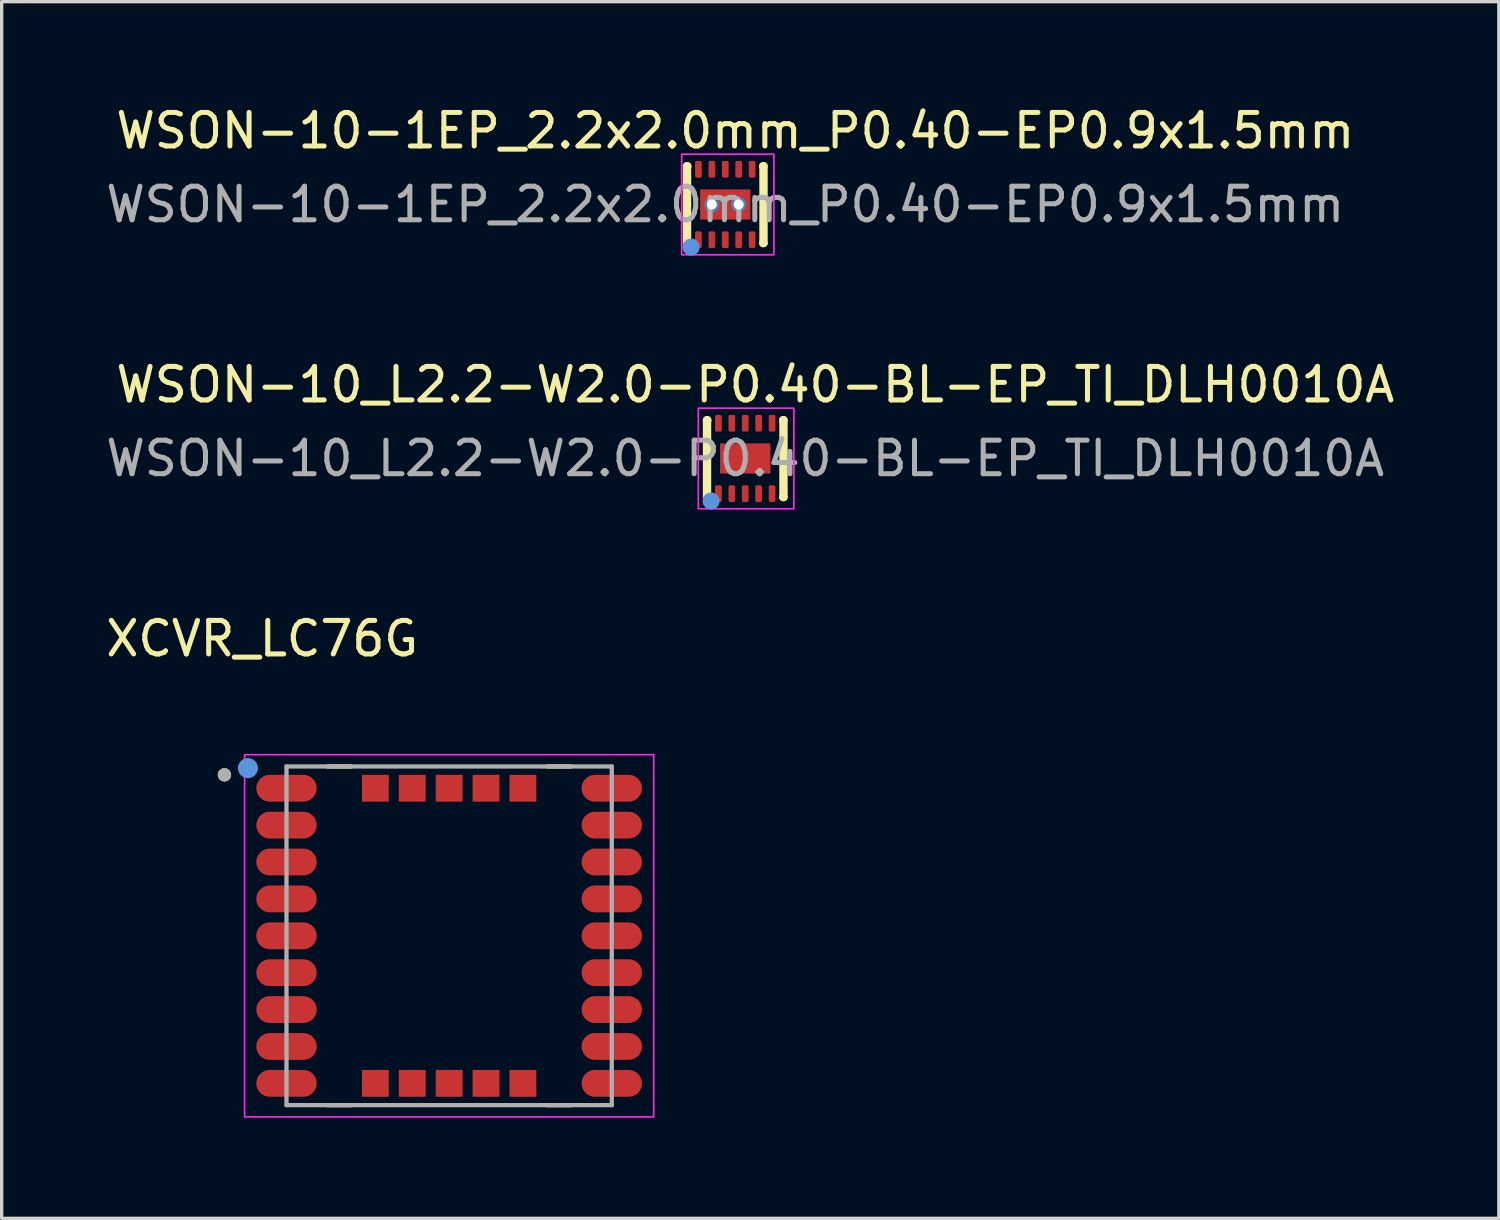
<source format=kicad_pcb>
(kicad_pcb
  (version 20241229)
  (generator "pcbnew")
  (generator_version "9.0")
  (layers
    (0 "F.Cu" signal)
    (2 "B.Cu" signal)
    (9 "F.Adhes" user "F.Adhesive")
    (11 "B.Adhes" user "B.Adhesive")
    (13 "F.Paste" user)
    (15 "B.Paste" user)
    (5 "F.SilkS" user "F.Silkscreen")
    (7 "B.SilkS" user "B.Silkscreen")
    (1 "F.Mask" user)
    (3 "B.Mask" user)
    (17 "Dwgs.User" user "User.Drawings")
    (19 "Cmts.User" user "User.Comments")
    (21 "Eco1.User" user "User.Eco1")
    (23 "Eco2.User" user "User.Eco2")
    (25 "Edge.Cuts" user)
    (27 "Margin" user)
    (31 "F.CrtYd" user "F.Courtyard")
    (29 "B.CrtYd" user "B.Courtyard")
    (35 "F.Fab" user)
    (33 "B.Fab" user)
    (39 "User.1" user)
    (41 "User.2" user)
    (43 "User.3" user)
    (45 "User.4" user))
  (footprint "XCVR_LC76G"
    (layer "F.Cu")
    (at 10.343 24.855)
    (property "Reference" "XCVR_LC76G" (at -5.575 -8.86 0) (layer "F.SilkS") (effects (font (size 1 1) (thickness 0.15))))
    (attr smd)
    (fp_line (start -2.92 -5.05) (end -3.63 -5.05) (stroke (width 0.127) (type solid)) (layer "F.SilkS"))
    (fp_line (start -2.92 5.05) (end -3.63 5.05) (stroke (width 0.127) (type solid)) (layer "F.SilkS"))
    (fp_line (start 2.92 -5.05) (end 3.63 -5.05) (stroke (width 0.127) (type solid)) (layer "F.SilkS"))
    (fp_line (start 3.63 5.05) (end 2.92 5.05) (stroke (width 0.127) (type solid)) (layer "F.SilkS"))
    (fp_circle (center -6.7 -4.8) (end -6.6 -4.8) (stroke (width 0.2) (type solid)) (fill no) (layer "F.SilkS"))
    (fp_circle (center -6 -5) (end -5.85 -5) (stroke (width 0.3) (type solid)) (fill no) (layer "Cmts.User"))
    (fp_rect (start -6.1 -5.4) (end 6.1 5.4) (stroke (width 0.05) (type default)) (fill no) (layer "F.CrtYd"))
    (fp_line (start -4.85 -5.05) (end 4.85 -5.05) (stroke (width 0.127) (type solid)) (layer "F.Fab"))
    (fp_line (start -4.85 5.05) (end -4.85 -5.05) (stroke (width 0.127) (type solid)) (layer "F.Fab"))
    (fp_line (start 4.85 -5.05) (end 4.85 5.05) (stroke (width 0.127) (type solid)) (layer "F.Fab"))
    (fp_line (start 4.85 5.05) (end -4.85 5.05) (stroke (width 0.127) (type solid)) (layer "F.Fab"))
    (fp_circle (center -6.7 -4.8) (end -6.6 -4.8) (stroke (width 0.2) (type solid)) (fill no) (layer "F.Fab"))
    (pad "1" smd oval (at -4.85 -4.4) (size 1.8 0.8) (layers "F.Cu" "F.Mask" "F.Paste"))
    (pad "2" smd oval (at -4.85 -3.3) (size 1.8 0.8) (layers "F.Cu" "F.Mask" "F.Paste"))
    (pad "3" smd oval (at -4.85 -2.2) (size 1.8 0.8) (layers "F.Cu" "F.Mask" "F.Paste"))
    (pad "4" smd oval (at -4.85 -1.1) (size 1.8 0.8) (layers "F.Cu" "F.Mask" "F.Paste"))
    (pad "5" smd oval (at -4.85 0) (size 1.8 0.8) (layers "F.Cu" "F.Mask" "F.Paste"))
    (pad "6" smd oval (at -4.85 1.1) (size 1.8 0.8) (layers "F.Cu" "F.Mask" "F.Paste"))
    (pad "7" smd oval (at -4.85 2.2) (size 1.8 0.8) (layers "F.Cu" "F.Mask" "F.Paste"))
    (pad "8" smd oval (at -4.85 3.3) (size 1.8 0.8) (layers "F.Cu" "F.Mask" "F.Paste"))
    (pad "9" smd oval (at -4.85 4.4) (size 1.8 0.8) (layers "F.Cu" "F.Mask" "F.Paste"))
    (pad "10" smd oval (at 4.85 4.4) (size 1.8 0.8) (layers "F.Cu" "F.Mask" "F.Paste"))
    (pad "11" smd oval (at 4.85 3.3) (size 1.8 0.8) (layers "F.Cu" "F.Mask" "F.Paste"))
    (pad "12" smd oval (at 4.85 2.2) (size 1.8 0.8) (layers "F.Cu" "F.Mask" "F.Paste"))
    (pad "13" smd oval (at 4.85 1.1) (size 1.8 0.8) (layers "F.Cu" "F.Mask" "F.Paste"))
    (pad "14" smd oval (at 4.85 0) (size 1.8 0.8) (layers "F.Cu" "F.Mask" "F.Paste"))
    (pad "15" smd oval (at 4.85 -1.1) (size 1.8 0.8) (layers "F.Cu" "F.Mask" "F.Paste"))
    (pad "16" smd oval (at 4.85 -2.2) (size 1.8 0.8) (layers "F.Cu" "F.Mask" "F.Paste"))
    (pad "17" smd oval (at 4.85 -3.3) (size 1.8 0.8) (layers "F.Cu" "F.Mask" "F.Paste"))
    (pad "18" smd oval (at 4.85 -4.4) (size 1.8 0.8) (layers "F.Cu" "F.Mask" "F.Paste"))
    (pad "19" smd rect (at 2.2 -4.4) (size 0.8 0.8) (layers "F.Cu" "F.Mask" "F.Paste"))
    (pad "20" smd rect (at 1.1 -4.4) (size 0.8 0.8) (layers "F.Cu" "F.Mask" "F.Paste"))
    (pad "21" smd rect (at 0 -4.4) (size 0.8 0.8) (layers "F.Cu" "F.Mask" "F.Paste"))
    (pad "22" smd rect (at -1.1 -4.4) (size 0.8 0.8) (layers "F.Cu" "F.Mask" "F.Paste"))
    (pad "23" smd rect (at -2.2 -4.4) (size 0.8 0.8) (layers "F.Cu" "F.Mask" "F.Paste"))
    (pad "24" smd rect (at -2.2 4.4) (size 0.8 0.8) (layers "F.Cu" "F.Mask" "F.Paste"))
    (pad "25" smd rect (at -1.1 4.4) (size 0.8 0.8) (layers "F.Cu" "F.Mask" "F.Paste"))
    (pad "26" smd rect (at 0 4.4) (size 0.8 0.8) (layers "F.Cu" "F.Mask" "F.Paste"))
    (pad "27" smd rect (at 1.1 4.4) (size 0.8 0.8) (layers "F.Cu" "F.Mask" "F.Paste"))
    (pad "28" smd rect (at 2.2 4.4) (size 0.8 0.8) (layers "F.Cu" "F.Mask" "F.Paste")))
  (footprint "WSON-10_L2.2-W2.0-P0.40-BL-EP_TI_DLH0010A"
    (layer "F.Cu")
    (at 19.173 10.621)
    (property "Reference" "WSON-10_L2.2-W2.0-P0.40-BL-EP_TI_DLH0010A" (at 0.3 -2.2 0) (layer "F.SilkS") (effects (font (size 1 1) (thickness 0.15))))
    (attr smd)
    (fp_line (start -1.14 -1.14) (end -1.14 0) (stroke (width 0.25) (type solid)) (layer "F.SilkS"))
    (fp_line (start -1.14 0) (end -1.14 1.15) (stroke (width 0.25) (type solid)) (layer "F.SilkS"))
    (fp_line (start -1.14 1.15) (end -1.13 1.15) (stroke (width 0.25) (type solid)) (layer "F.SilkS"))
    (fp_line (start -1.13 -1.14) (end -1.14 -1.14) (stroke (width 0.25) (type solid)) (layer "F.SilkS"))
    (fp_line (start 1.13 1.15) (end 1.14 1.15) (stroke (width 0.25) (type solid)) (layer "F.SilkS"))
    (fp_line (start 1.14 -1.14) (end 1.13 -1.14) (stroke (width 0.25) (type solid)) (layer "F.SilkS"))
    (fp_line (start 1.14 1.15) (end 1.14 -1.14) (stroke (width 0.25) (type solid)) (layer "F.SilkS"))
    (fp_circle (center -1.02 1.27) (end -0.89 1.27) (stroke (width 0.25) (type solid)) (fill no) (layer "Cmts.User"))
    (fp_rect (start -1.4 -1.5) (end 1.45 1.5) (stroke (width 0.05) (type default)) (fill no) (layer "F.CrtYd"))
    (fp_circle (center -1 1.1) (end -0.97 1.1) (stroke (width 0.06) (type solid)) (fill no) (layer "F.Fab"))
    (fp_text user "${REFERENCE}" (at 0 0 0) (layer "F.Fab") (effects (font (size 1 1) (thickness 0.15))))
    (pad "1" smd roundrect (at -0.8 1.05 90) (size 0.5 0.2) (layers "F.Cu" "F.Mask" "F.Paste") (roundrect_rratio 0.25))
    (pad "2" smd roundrect (at -0.4 1.05 90) (size 0.5 0.2) (layers "F.Cu" "F.Mask" "F.Paste") (roundrect_rratio 0.25))
    (pad "3" smd roundrect (at 0 1.05 90) (size 0.5 0.2) (layers "F.Cu" "F.Mask" "F.Paste") (roundrect_rratio 0.25))
    (pad "4" smd roundrect (at 0.4 1.05 90) (size 0.5 0.2) (layers "F.Cu" "F.Mask" "F.Paste") (roundrect_rratio 0.25))
    (pad "5" smd roundrect (at 0.8 1.05 90) (size 0.5 0.2) (layers "F.Cu" "F.Mask" "F.Paste") (roundrect_rratio 0.25))
    (pad "6" smd roundrect (at 0.8 -1.05 90) (size 0.5 0.2) (layers "F.Cu" "F.Mask" "F.Paste") (roundrect_rratio 0.25))
    (pad "7" smd roundrect (at 0.4 -1.05 90) (size 0.5 0.2) (layers "F.Cu" "F.Mask" "F.Paste") (roundrect_rratio 0.25))
    (pad "8" smd roundrect (at 0 -1.05 90) (size 0.5 0.2) (layers "F.Cu" "F.Mask" "F.Paste") (roundrect_rratio 0.25))
    (pad "9" smd roundrect (at -0.4 -1.05 90) (size 0.5 0.2) (layers "F.Cu" "F.Mask" "F.Paste") (roundrect_rratio 0.25))
    (pad "10" smd roundrect (at -0.8 -1.05 90) (size 0.5 0.2) (layers "F.Cu" "F.Mask" "F.Paste") (roundrect_rratio 0.25))
    (pad "11" smd rect (at 0 0 90) (size 0.9 1.5) (layers "F.Cu" "F.Mask" "F.Paste")))
  (footprint "WSON-10-1EP_2.2x2.0mm_P0.40-EP0.9x1.5mm"
    (layer "F.Cu")
    (at 18.577 3.048)
    (property "Reference" "WSON-10-1EP_2.2x2.0mm_P0.40-EP0.9x1.5mm" (at 0.3 -2.2 0) (layer "F.SilkS") (effects (font (size 1 1) (thickness 0.15))))
    (attr smd)
    (fp_line (start -1.14 -1.14) (end -1.14 0) (stroke (width 0.25) (type solid)) (layer "F.SilkS"))
    (fp_line (start -1.14 0) (end -1.14 1.15) (stroke (width 0.25) (type solid)) (layer "F.SilkS"))
    (fp_line (start -1.14 1.15) (end -1.13 1.15) (stroke (width 0.25) (type solid)) (layer "F.SilkS"))
    (fp_line (start -1.13 -1.14) (end -1.14 -1.14) (stroke (width 0.25) (type solid)) (layer "F.SilkS"))
    (fp_line (start 1.13 1.15) (end 1.14 1.15) (stroke (width 0.25) (type solid)) (layer "F.SilkS"))
    (fp_line (start 1.14 -1.14) (end 1.13 -1.14) (stroke (width 0.25) (type solid)) (layer "F.SilkS"))
    (fp_line (start 1.14 1.15) (end 1.14 -1.14) (stroke (width 0.25) (type solid)) (layer "F.SilkS"))
    (fp_circle (center -1.02 1.27) (end -0.89 1.27) (stroke (width 0.25) (type solid)) (fill no) (layer "Cmts.User"))
    (fp_rect (start -1.3 -1.5) (end 1.45 1.5) (stroke (width 0.05) (type default)) (fill no) (layer "F.CrtYd"))
    (fp_circle (center -1 1.1) (end -0.97 1.1) (stroke (width 0.06) (type solid)) (fill no) (layer "F.Fab"))
    (fp_text user "${REFERENCE}" (at 0 0 0) (layer "F.Fab") (effects (font (size 1 1) (thickness 0.15))))
    (pad "1" smd roundrect (at -0.8 1.05 90) (size 0.5 0.2) (layers "F.Cu" "F.Mask" "F.Paste") (roundrect_rratio 0.25))
    (pad "2" smd roundrect (at -0.4 1.05 90) (size 0.5 0.2) (layers "F.Cu" "F.Mask" "F.Paste") (roundrect_rratio 0.25))
    (pad "3" smd roundrect (at 0 1.05 90) (size 0.5 0.2) (layers "F.Cu" "F.Mask" "F.Paste") (roundrect_rratio 0.25))
    (pad "4" smd roundrect (at 0.4 1.05 90) (size 0.5 0.2) (layers "F.Cu" "F.Mask" "F.Paste") (roundrect_rratio 0.25))
    (pad "5" smd roundrect (at 0.8 1.05 90) (size 0.5 0.2) (layers "F.Cu" "F.Mask" "F.Paste") (roundrect_rratio 0.25))
    (pad "6" smd roundrect (at 0.8 -1.05 90) (size 0.5 0.2) (layers "F.Cu" "F.Mask" "F.Paste") (roundrect_rratio 0.25))
    (pad "7" smd roundrect (at 0.4 -1.05 90) (size 0.5 0.2) (layers "F.Cu" "F.Mask" "F.Paste") (roundrect_rratio 0.25))
    (pad "8" smd roundrect (at 0 -1.05 90) (size 0.5 0.2) (layers "F.Cu" "F.Mask" "F.Paste") (roundrect_rratio 0.25))
    (pad "9" smd roundrect (at -0.4 -1.05 90) (size 0.5 0.2) (layers "F.Cu" "F.Mask" "F.Paste") (roundrect_rratio 0.25))
    (pad "10" smd roundrect (at -0.8 -1.05 90) (size 0.5 0.2) (layers "F.Cu" "F.Mask" "F.Paste") (roundrect_rratio 0.25))
    (pad "11" thru_hole circle (at -0.4 0) (size 0.45 0.45) (drill 0.3) (layers "*.Cu" "F.Mask" "F.Paste"))
    (pad "11" smd rect (at 0 0 90) (size 0.9 1.5) (layers "F.Cu" "F.Mask" "F.Paste"))
    (pad "11" thru_hole circle (at 0.4 0) (size 0.45 0.45) (drill 0.3) (layers "*.Cu" "F.Mask" "F.Paste")))
  (gr_rect
    (start -3 -3)
    (end 41.645 33.28)
    (stroke (width 0.1) (type default))
    (fill no)
    (layer "Edge.Cuts")))
</source>
